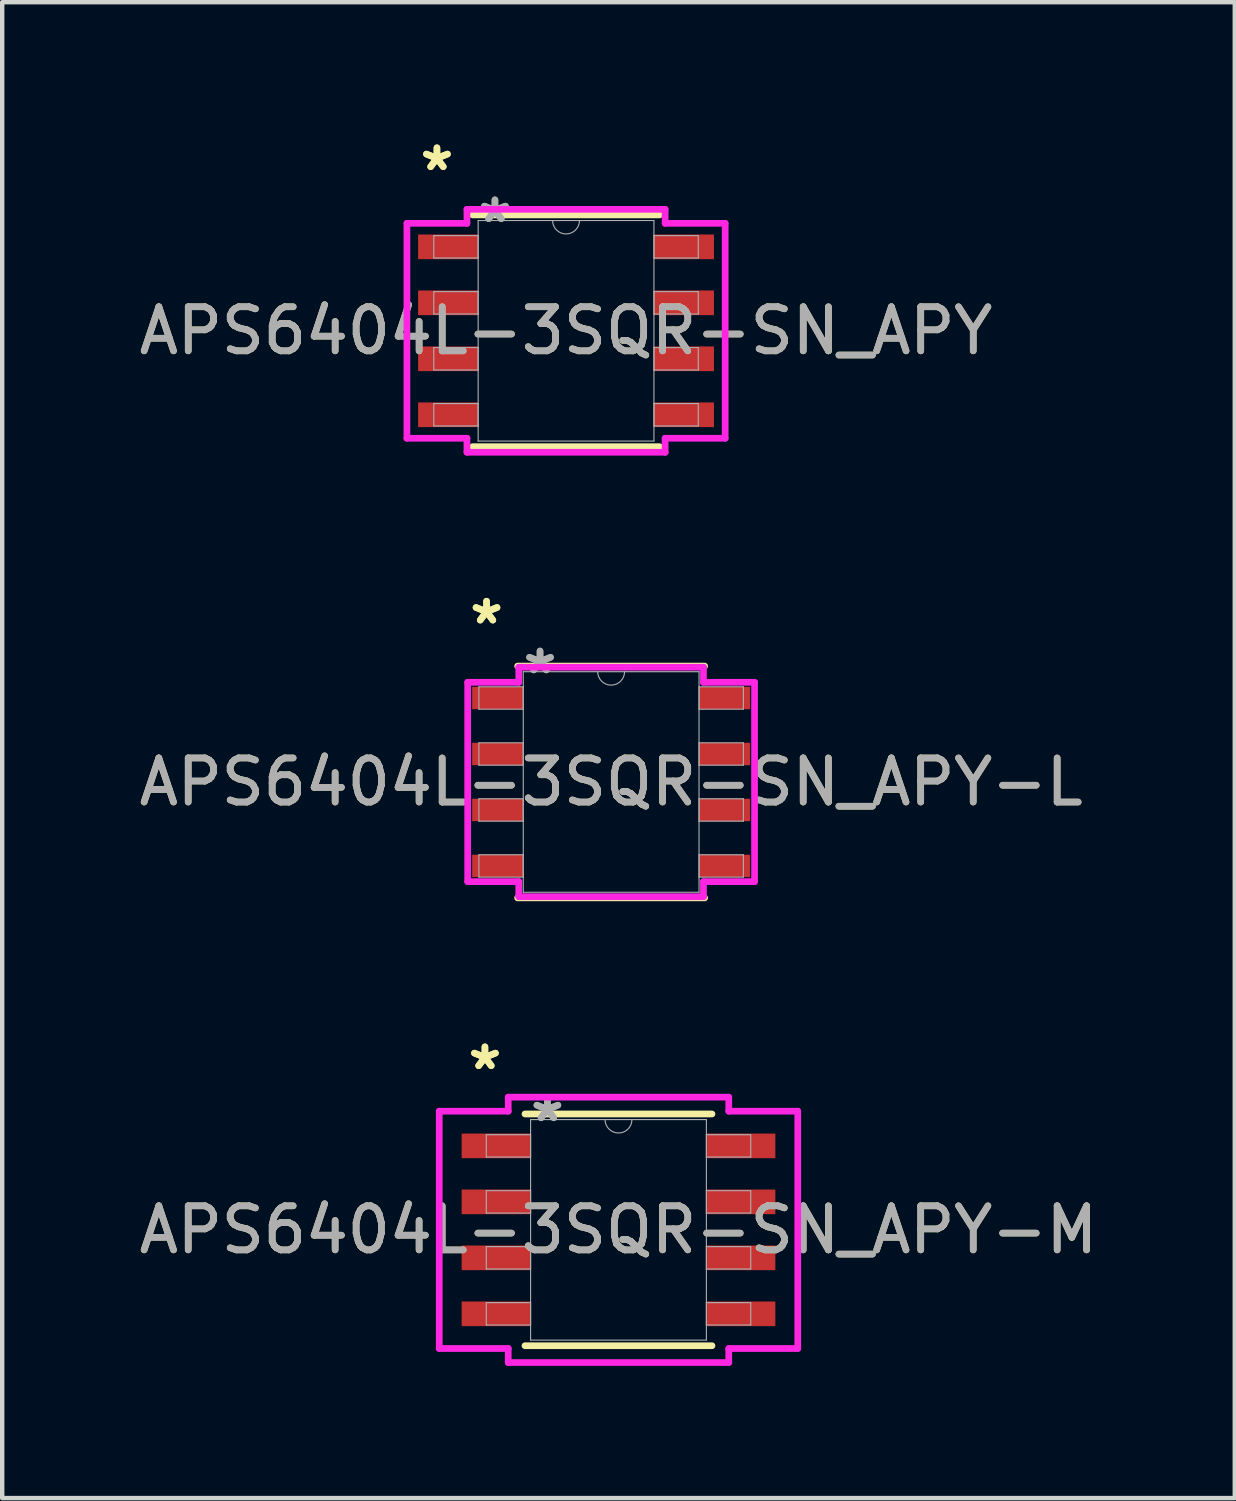
<source format=kicad_pcb>
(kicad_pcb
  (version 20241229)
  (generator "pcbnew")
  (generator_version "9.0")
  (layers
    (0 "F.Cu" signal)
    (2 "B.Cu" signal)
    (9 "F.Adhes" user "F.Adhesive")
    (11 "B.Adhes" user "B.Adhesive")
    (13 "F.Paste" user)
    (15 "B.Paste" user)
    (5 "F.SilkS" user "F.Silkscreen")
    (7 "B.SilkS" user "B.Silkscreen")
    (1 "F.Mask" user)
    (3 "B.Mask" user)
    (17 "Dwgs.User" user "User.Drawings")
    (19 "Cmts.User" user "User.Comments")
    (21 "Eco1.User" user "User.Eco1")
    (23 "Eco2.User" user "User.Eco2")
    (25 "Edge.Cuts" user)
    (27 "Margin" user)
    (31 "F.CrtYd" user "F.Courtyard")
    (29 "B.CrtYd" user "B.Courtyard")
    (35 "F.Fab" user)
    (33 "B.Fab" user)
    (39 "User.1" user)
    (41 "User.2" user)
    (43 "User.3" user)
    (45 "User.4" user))
  (footprint "APS6404L-3SQR-SN_APY-L"
    (layer "F.Cu")
    (at 10.815 14.691)
    (property "Reference" "APS6404L-3SQR-SN_APY-L" (at 0 0 0) (unlocked yes) (layer "F.SilkS") (effects (font (size 1 1) (thickness 0.15))))
    (attr smd)
    (fp_line (start -2.121 2.629) (end 2.121 2.629) (stroke (width 0.152) (type solid)) (layer "F.SilkS"))
    (fp_line (start 2.121 -2.629) (end -2.121 -2.629) (stroke (width 0.152) (type solid)) (layer "F.SilkS"))
    (fp_line (start -3.254 -2.261) (end -2.095 -2.261) (stroke (width 0.152) (type solid)) (layer "F.CrtYd"))
    (fp_line (start -3.254 2.261) (end -3.254 -2.261) (stroke (width 0.152) (type solid)) (layer "F.CrtYd"))
    (fp_line (start -3.254 2.261) (end -2.095 2.261) (stroke (width 0.152) (type solid)) (layer "F.CrtYd"))
    (fp_line (start -2.095 -2.603) (end 2.095 -2.603) (stroke (width 0.152) (type solid)) (layer "F.CrtYd"))
    (fp_line (start -2.095 -2.261) (end -2.095 -2.603) (stroke (width 0.152) (type solid)) (layer "F.CrtYd"))
    (fp_line (start -2.095 2.603) (end -2.095 2.261) (stroke (width 0.152) (type solid)) (layer "F.CrtYd"))
    (fp_line (start 2.095 -2.603) (end 2.095 -2.261) (stroke (width 0.152) (type solid)) (layer "F.CrtYd"))
    (fp_line (start 2.095 2.261) (end 2.095 2.603) (stroke (width 0.152) (type solid)) (layer "F.CrtYd"))
    (fp_line (start 2.095 2.603) (end -2.095 2.603) (stroke (width 0.152) (type solid)) (layer "F.CrtYd"))
    (fp_line (start 3.254 -2.261) (end 2.095 -2.261) (stroke (width 0.152) (type solid)) (layer "F.CrtYd"))
    (fp_line (start 3.254 -2.261) (end 3.254 2.261) (stroke (width 0.152) (type solid)) (layer "F.CrtYd"))
    (fp_line (start 3.254 2.261) (end 2.095 2.261) (stroke (width 0.152) (type solid)) (layer "F.CrtYd"))
    (fp_line (start -3 -2.159) (end -3 -1.651) (stroke (width 0.025) (type solid)) (layer "F.Fab"))
    (fp_line (start -3 -1.651) (end -1.994 -1.651) (stroke (width 0.025) (type solid)) (layer "F.Fab"))
    (fp_line (start -3 -0.889) (end -3 -0.381) (stroke (width 0.025) (type solid)) (layer "F.Fab"))
    (fp_line (start -3 -0.381) (end -1.994 -0.381) (stroke (width 0.025) (type solid)) (layer "F.Fab"))
    (fp_line (start -3 0.381) (end -3 0.889) (stroke (width 0.025) (type solid)) (layer "F.Fab"))
    (fp_line (start -3 0.889) (end -1.994 0.889) (stroke (width 0.025) (type solid)) (layer "F.Fab"))
    (fp_line (start -3 1.651) (end -3 2.159) (stroke (width 0.025) (type solid)) (layer "F.Fab"))
    (fp_line (start -3 2.159) (end -1.994 2.159) (stroke (width 0.025) (type solid)) (layer "F.Fab"))
    (fp_line (start -1.994 -2.502) (end -1.994 2.502) (stroke (width 0.025) (type solid)) (layer "F.Fab"))
    (fp_line (start -1.994 -2.159) (end -3 -2.159) (stroke (width 0.025) (type solid)) (layer "F.Fab"))
    (fp_line (start -1.994 -1.651) (end -1.994 -2.159) (stroke (width 0.025) (type solid)) (layer "F.Fab"))
    (fp_line (start -1.994 -0.889) (end -3 -0.889) (stroke (width 0.025) (type solid)) (layer "F.Fab"))
    (fp_line (start -1.994 -0.381) (end -1.994 -0.889) (stroke (width 0.025) (type solid)) (layer "F.Fab"))
    (fp_line (start -1.994 0.381) (end -3 0.381) (stroke (width 0.025) (type solid)) (layer "F.Fab"))
    (fp_line (start -1.994 0.889) (end -1.994 0.381) (stroke (width 0.025) (type solid)) (layer "F.Fab"))
    (fp_line (start -1.994 1.651) (end -3 1.651) (stroke (width 0.025) (type solid)) (layer "F.Fab"))
    (fp_line (start -1.994 2.159) (end -1.994 1.651) (stroke (width 0.025) (type solid)) (layer "F.Fab"))
    (fp_line (start -1.994 2.502) (end 1.994 2.502) (stroke (width 0.025) (type solid)) (layer "F.Fab"))
    (fp_line (start 1.994 -2.502) (end -1.994 -2.502) (stroke (width 0.025) (type solid)) (layer "F.Fab"))
    (fp_line (start 1.994 -2.159) (end 1.994 -1.651) (stroke (width 0.025) (type solid)) (layer "F.Fab"))
    (fp_line (start 1.994 -1.651) (end 3 -1.651) (stroke (width 0.025) (type solid)) (layer "F.Fab"))
    (fp_line (start 1.994 -0.889) (end 1.994 -0.381) (stroke (width 0.025) (type solid)) (layer "F.Fab"))
    (fp_line (start 1.994 -0.381) (end 3 -0.381) (stroke (width 0.025) (type solid)) (layer "F.Fab"))
    (fp_line (start 1.994 0.381) (end 1.994 0.889) (stroke (width 0.025) (type solid)) (layer "F.Fab"))
    (fp_line (start 1.994 0.889) (end 3 0.889) (stroke (width 0.025) (type solid)) (layer "F.Fab"))
    (fp_line (start 1.994 1.651) (end 1.994 2.159) (stroke (width 0.025) (type solid)) (layer "F.Fab"))
    (fp_line (start 1.994 2.159) (end 3 2.159) (stroke (width 0.025) (type solid)) (layer "F.Fab"))
    (fp_line (start 1.994 2.502) (end 1.994 -2.502) (stroke (width 0.025) (type solid)) (layer "F.Fab"))
    (fp_line (start 3 -2.159) (end 1.994 -2.159) (stroke (width 0.025) (type solid)) (layer "F.Fab"))
    (fp_line (start 3 -1.651) (end 3 -2.159) (stroke (width 0.025) (type solid)) (layer "F.Fab"))
    (fp_line (start 3 -0.889) (end 1.994 -0.889) (stroke (width 0.025) (type solid)) (layer "F.Fab"))
    (fp_line (start 3 -0.381) (end 3 -0.889) (stroke (width 0.025) (type solid)) (layer "F.Fab"))
    (fp_line (start 3 0.381) (end 1.994 0.381) (stroke (width 0.025) (type solid)) (layer "F.Fab"))
    (fp_line (start 3 0.889) (end 3 0.381) (stroke (width 0.025) (type solid)) (layer "F.Fab"))
    (fp_line (start 3 1.651) (end 1.994 1.651) (stroke (width 0.025) (type solid)) (layer "F.Fab"))
    (fp_line (start 3 2.159) (end 3 1.651) (stroke (width 0.025) (type solid)) (layer "F.Fab"))
    (fp_arc (start 0.3048 -2.5019) (mid 0 -2.1971) (end -0.3048 -2.5019) (stroke (width 0.0254) (type solid)) (layer "F.Fab"))
    (fp_text user "*" (at -2.827 -3.556 0) (unlocked yes) (layer "F.SilkS") (effects (font (size 1 1) (thickness 0.15))))
    (fp_text user "*" (at -2.827 -3.556 0) (layer "F.SilkS") (effects (font (size 1 1) (thickness 0.15))))
    (fp_text user "*" (at -1.613 -2.426 0) (unlocked yes) (layer "F.Fab") (effects (font (size 1 1) (thickness 0.15))))
    (fp_text user "${REFERENCE}" (at 0 0 0) (unlocked yes) (layer "F.Fab") (effects (font (size 1 1) (thickness 0.15))))
    (fp_text user "*" (at -1.613 -2.426 0) (layer "F.Fab") (effects (font (size 1 1) (thickness 0.15))))
    (pad "1" smd rect (at -2.573 -1.905) (size 1.159 0.508) (layers "F.Cu" "F.Mask" "F.Paste"))
    (pad "2" smd rect (at -2.573 -0.635) (size 1.159 0.508) (layers "F.Cu" "F.Mask" "F.Paste"))
    (pad "3" smd rect (at -2.573 0.635) (size 1.159 0.508) (layers "F.Cu" "F.Mask" "F.Paste"))
    (pad "4" smd rect (at -2.573 1.905) (size 1.159 0.508) (layers "F.Cu" "F.Mask" "F.Paste"))
    (pad "5" smd rect (at 2.573 1.905) (size 1.159 0.508) (layers "F.Cu" "F.Mask" "F.Paste"))
    (pad "6" smd rect (at 2.573 0.635) (size 1.159 0.508) (layers "F.Cu" "F.Mask" "F.Paste"))
    (pad "7" smd rect (at 2.573 -0.635) (size 1.159 0.508) (layers "F.Cu" "F.Mask" "F.Paste"))
    (pad "8" smd rect (at 2.573 -1.905) (size 1.159 0.508) (layers "F.Cu" "F.Mask" "F.Paste")))
  (footprint "APS6404L-3SQR-SN_APY-M"
    (layer "F.Cu")
    (at 10.982 24.852)
    (property "Reference" "APS6404L-3SQR-SN_APY-M" (at 0 0 0) (unlocked yes) (layer "F.SilkS") (effects (font (size 1 1) (thickness 0.15))))
    (attr smd)
    (fp_line (start -2.121 2.629) (end 2.121 2.629) (stroke (width 0.152) (type solid)) (layer "F.SilkS"))
    (fp_line (start 2.121 -2.629) (end -2.121 -2.629) (stroke (width 0.152) (type solid)) (layer "F.SilkS"))
    (fp_line (start -4.067 -2.692) (end -2.502 -2.692) (stroke (width 0.152) (type solid)) (layer "F.CrtYd"))
    (fp_line (start -4.067 2.692) (end -4.067 -2.692) (stroke (width 0.152) (type solid)) (layer "F.CrtYd"))
    (fp_line (start -4.067 2.692) (end -2.502 2.692) (stroke (width 0.152) (type solid)) (layer "F.CrtYd"))
    (fp_line (start -2.502 -3.01) (end 2.502 -3.01) (stroke (width 0.152) (type solid)) (layer "F.CrtYd"))
    (fp_line (start -2.502 -2.692) (end -2.502 -3.01) (stroke (width 0.152) (type solid)) (layer "F.CrtYd"))
    (fp_line (start -2.502 3.01) (end -2.502 2.692) (stroke (width 0.152) (type solid)) (layer "F.CrtYd"))
    (fp_line (start 2.502 -3.01) (end 2.502 -2.692) (stroke (width 0.152) (type solid)) (layer "F.CrtYd"))
    (fp_line (start 2.502 2.692) (end 2.502 3.01) (stroke (width 0.152) (type solid)) (layer "F.CrtYd"))
    (fp_line (start 2.502 3.01) (end -2.502 3.01) (stroke (width 0.152) (type solid)) (layer "F.CrtYd"))
    (fp_line (start 4.067 -2.692) (end 2.502 -2.692) (stroke (width 0.152) (type solid)) (layer "F.CrtYd"))
    (fp_line (start 4.067 -2.692) (end 4.067 2.692) (stroke (width 0.152) (type solid)) (layer "F.CrtYd"))
    (fp_line (start 4.067 2.692) (end 2.502 2.692) (stroke (width 0.152) (type solid)) (layer "F.CrtYd"))
    (fp_line (start -3 -2.159) (end -3 -1.651) (stroke (width 0.025) (type solid)) (layer "F.Fab"))
    (fp_line (start -3 -1.651) (end -1.994 -1.651) (stroke (width 0.025) (type solid)) (layer "F.Fab"))
    (fp_line (start -3 -0.889) (end -3 -0.381) (stroke (width 0.025) (type solid)) (layer "F.Fab"))
    (fp_line (start -3 -0.381) (end -1.994 -0.381) (stroke (width 0.025) (type solid)) (layer "F.Fab"))
    (fp_line (start -3 0.381) (end -3 0.889) (stroke (width 0.025) (type solid)) (layer "F.Fab"))
    (fp_line (start -3 0.889) (end -1.994 0.889) (stroke (width 0.025) (type solid)) (layer "F.Fab"))
    (fp_line (start -3 1.651) (end -3 2.159) (stroke (width 0.025) (type solid)) (layer "F.Fab"))
    (fp_line (start -3 2.159) (end -1.994 2.159) (stroke (width 0.025) (type solid)) (layer "F.Fab"))
    (fp_line (start -1.994 -2.502) (end -1.994 2.502) (stroke (width 0.025) (type solid)) (layer "F.Fab"))
    (fp_line (start -1.994 -2.159) (end -3 -2.159) (stroke (width 0.025) (type solid)) (layer "F.Fab"))
    (fp_line (start -1.994 -1.651) (end -1.994 -2.159) (stroke (width 0.025) (type solid)) (layer "F.Fab"))
    (fp_line (start -1.994 -0.889) (end -3 -0.889) (stroke (width 0.025) (type solid)) (layer "F.Fab"))
    (fp_line (start -1.994 -0.381) (end -1.994 -0.889) (stroke (width 0.025) (type solid)) (layer "F.Fab"))
    (fp_line (start -1.994 0.381) (end -3 0.381) (stroke (width 0.025) (type solid)) (layer "F.Fab"))
    (fp_line (start -1.994 0.889) (end -1.994 0.381) (stroke (width 0.025) (type solid)) (layer "F.Fab"))
    (fp_line (start -1.994 1.651) (end -3 1.651) (stroke (width 0.025) (type solid)) (layer "F.Fab"))
    (fp_line (start -1.994 2.159) (end -1.994 1.651) (stroke (width 0.025) (type solid)) (layer "F.Fab"))
    (fp_line (start -1.994 2.502) (end 1.994 2.502) (stroke (width 0.025) (type solid)) (layer "F.Fab"))
    (fp_line (start 1.994 -2.502) (end -1.994 -2.502) (stroke (width 0.025) (type solid)) (layer "F.Fab"))
    (fp_line (start 1.994 -2.159) (end 1.994 -1.651) (stroke (width 0.025) (type solid)) (layer "F.Fab"))
    (fp_line (start 1.994 -1.651) (end 3 -1.651) (stroke (width 0.025) (type solid)) (layer "F.Fab"))
    (fp_line (start 1.994 -0.889) (end 1.994 -0.381) (stroke (width 0.025) (type solid)) (layer "F.Fab"))
    (fp_line (start 1.994 -0.381) (end 3 -0.381) (stroke (width 0.025) (type solid)) (layer "F.Fab"))
    (fp_line (start 1.994 0.381) (end 1.994 0.889) (stroke (width 0.025) (type solid)) (layer "F.Fab"))
    (fp_line (start 1.994 0.889) (end 3 0.889) (stroke (width 0.025) (type solid)) (layer "F.Fab"))
    (fp_line (start 1.994 1.651) (end 1.994 2.159) (stroke (width 0.025) (type solid)) (layer "F.Fab"))
    (fp_line (start 1.994 2.159) (end 3 2.159) (stroke (width 0.025) (type solid)) (layer "F.Fab"))
    (fp_line (start 1.994 2.502) (end 1.994 -2.502) (stroke (width 0.025) (type solid)) (layer "F.Fab"))
    (fp_line (start 3 -2.159) (end 1.994 -2.159) (stroke (width 0.025) (type solid)) (layer "F.Fab"))
    (fp_line (start 3 -1.651) (end 3 -2.159) (stroke (width 0.025) (type solid)) (layer "F.Fab"))
    (fp_line (start 3 -0.889) (end 1.994 -0.889) (stroke (width 0.025) (type solid)) (layer "F.Fab"))
    (fp_line (start 3 -0.381) (end 3 -0.889) (stroke (width 0.025) (type solid)) (layer "F.Fab"))
    (fp_line (start 3 0.381) (end 1.994 0.381) (stroke (width 0.025) (type solid)) (layer "F.Fab"))
    (fp_line (start 3 0.889) (end 3 0.381) (stroke (width 0.025) (type solid)) (layer "F.Fab"))
    (fp_line (start 3 1.651) (end 1.994 1.651) (stroke (width 0.025) (type solid)) (layer "F.Fab"))
    (fp_line (start 3 2.159) (end 3 1.651) (stroke (width 0.025) (type solid)) (layer "F.Fab"))
    (fp_arc (start 0.3048 -2.5019) (mid 0 -2.1971) (end -0.3048 -2.5019) (stroke (width 0.0254) (type solid)) (layer "F.Fab"))
    (fp_text user "*" (at -3.03 -3.607 0) (layer "F.SilkS") (effects (font (size 1 1) (thickness 0.15))))
    (fp_text user "*" (at -3.03 -3.607 0) (unlocked yes) (layer "F.SilkS") (effects (font (size 1 1) (thickness 0.15))))
    (fp_text user "*" (at -1.613 -2.426 0) (layer "F.Fab") (effects (font (size 1 1) (thickness 0.15))))
    (fp_text user "*" (at -1.613 -2.426 0) (unlocked yes) (layer "F.Fab") (effects (font (size 1 1) (thickness 0.15))))
    (fp_text user "${REFERENCE}" (at 0 0 0) (unlocked yes) (layer "F.Fab") (effects (font (size 1 1) (thickness 0.15))))
    (pad "1" smd rect (at -2.776 -1.905) (size 1.565 0.559) (layers "F.Cu" "F.Mask" "F.Paste"))
    (pad "2" smd rect (at -2.776 -0.635) (size 1.565 0.559) (layers "F.Cu" "F.Mask" "F.Paste"))
    (pad "3" smd rect (at -2.776 0.635) (size 1.565 0.559) (layers "F.Cu" "F.Mask" "F.Paste"))
    (pad "4" smd rect (at -2.776 1.905) (size 1.565 0.559) (layers "F.Cu" "F.Mask" "F.Paste"))
    (pad "5" smd rect (at 2.776 1.905) (size 1.565 0.559) (layers "F.Cu" "F.Mask" "F.Paste"))
    (pad "6" smd rect (at 2.776 0.635) (size 1.565 0.559) (layers "F.Cu" "F.Mask" "F.Paste"))
    (pad "7" smd rect (at 2.776 -0.635) (size 1.565 0.559) (layers "F.Cu" "F.Mask" "F.Paste"))
    (pad "8" smd rect (at 2.776 -1.905) (size 1.565 0.559) (layers "F.Cu" "F.Mask" "F.Paste")))
  (footprint "APS6404L-3SQR-SN_APY"
    (layer "F.Cu")
    (at 9.792 4.455)
    (property "Reference" "APS6404L-3SQR-SN_APY" (at 0 0 0) (unlocked yes) (layer "F.SilkS") (effects (font (size 1 1) (thickness 0.15))))
    (attr smd)
    (fp_line (start -2.121 2.629) (end 2.121 2.629) (stroke (width 0.152) (type solid)) (layer "F.SilkS"))
    (fp_line (start 2.121 -2.629) (end -2.121 -2.629) (stroke (width 0.152) (type solid)) (layer "F.SilkS"))
    (fp_line (start -3.61 -2.438) (end -2.248 -2.438) (stroke (width 0.152) (type solid)) (layer "F.CrtYd"))
    (fp_line (start -3.61 2.438) (end -3.61 -2.438) (stroke (width 0.152) (type solid)) (layer "F.CrtYd"))
    (fp_line (start -3.61 2.438) (end -2.248 2.438) (stroke (width 0.152) (type solid)) (layer "F.CrtYd"))
    (fp_line (start -2.248 -2.756) (end 2.248 -2.756) (stroke (width 0.152) (type solid)) (layer "F.CrtYd"))
    (fp_line (start -2.248 -2.438) (end -2.248 -2.756) (stroke (width 0.152) (type solid)) (layer "F.CrtYd"))
    (fp_line (start -2.248 2.756) (end -2.248 2.438) (stroke (width 0.152) (type solid)) (layer "F.CrtYd"))
    (fp_line (start 2.248 -2.756) (end 2.248 -2.438) (stroke (width 0.152) (type solid)) (layer "F.CrtYd"))
    (fp_line (start 2.248 2.438) (end 2.248 2.756) (stroke (width 0.152) (type solid)) (layer "F.CrtYd"))
    (fp_line (start 2.248 2.756) (end -2.248 2.756) (stroke (width 0.152) (type solid)) (layer "F.CrtYd"))
    (fp_line (start 3.61 -2.438) (end 2.248 -2.438) (stroke (width 0.152) (type solid)) (layer "F.CrtYd"))
    (fp_line (start 3.61 -2.438) (end 3.61 2.438) (stroke (width 0.152) (type solid)) (layer "F.CrtYd"))
    (fp_line (start 3.61 2.438) (end 2.248 2.438) (stroke (width 0.152) (type solid)) (layer "F.CrtYd"))
    (fp_line (start -3 -2.159) (end -3 -1.651) (stroke (width 0.025) (type solid)) (layer "F.Fab"))
    (fp_line (start -3 -1.651) (end -1.994 -1.651) (stroke (width 0.025) (type solid)) (layer "F.Fab"))
    (fp_line (start -3 -0.889) (end -3 -0.381) (stroke (width 0.025) (type solid)) (layer "F.Fab"))
    (fp_line (start -3 -0.381) (end -1.994 -0.381) (stroke (width 0.025) (type solid)) (layer "F.Fab"))
    (fp_line (start -3 0.381) (end -3 0.889) (stroke (width 0.025) (type solid)) (layer "F.Fab"))
    (fp_line (start -3 0.889) (end -1.994 0.889) (stroke (width 0.025) (type solid)) (layer "F.Fab"))
    (fp_line (start -3 1.651) (end -3 2.159) (stroke (width 0.025) (type solid)) (layer "F.Fab"))
    (fp_line (start -3 2.159) (end -1.994 2.159) (stroke (width 0.025) (type solid)) (layer "F.Fab"))
    (fp_line (start -1.994 -2.502) (end -1.994 2.502) (stroke (width 0.025) (type solid)) (layer "F.Fab"))
    (fp_line (start -1.994 -2.159) (end -3 -2.159) (stroke (width 0.025) (type solid)) (layer "F.Fab"))
    (fp_line (start -1.994 -1.651) (end -1.994 -2.159) (stroke (width 0.025) (type solid)) (layer "F.Fab"))
    (fp_line (start -1.994 -0.889) (end -3 -0.889) (stroke (width 0.025) (type solid)) (layer "F.Fab"))
    (fp_line (start -1.994 -0.381) (end -1.994 -0.889) (stroke (width 0.025) (type solid)) (layer "F.Fab"))
    (fp_line (start -1.994 0.381) (end -3 0.381) (stroke (width 0.025) (type solid)) (layer "F.Fab"))
    (fp_line (start -1.994 0.889) (end -1.994 0.381) (stroke (width 0.025) (type solid)) (layer "F.Fab"))
    (fp_line (start -1.994 1.651) (end -3 1.651) (stroke (width 0.025) (type solid)) (layer "F.Fab"))
    (fp_line (start -1.994 2.159) (end -1.994 1.651) (stroke (width 0.025) (type solid)) (layer "F.Fab"))
    (fp_line (start -1.994 2.502) (end 1.994 2.502) (stroke (width 0.025) (type solid)) (layer "F.Fab"))
    (fp_line (start 1.994 -2.502) (end -1.994 -2.502) (stroke (width 0.025) (type solid)) (layer "F.Fab"))
    (fp_line (start 1.994 -2.159) (end 1.994 -1.651) (stroke (width 0.025) (type solid)) (layer "F.Fab"))
    (fp_line (start 1.994 -1.651) (end 3 -1.651) (stroke (width 0.025) (type solid)) (layer "F.Fab"))
    (fp_line (start 1.994 -0.889) (end 1.994 -0.381) (stroke (width 0.025) (type solid)) (layer "F.Fab"))
    (fp_line (start 1.994 -0.381) (end 3 -0.381) (stroke (width 0.025) (type solid)) (layer "F.Fab"))
    (fp_line (start 1.994 0.381) (end 1.994 0.889) (stroke (width 0.025) (type solid)) (layer "F.Fab"))
    (fp_line (start 1.994 0.889) (end 3 0.889) (stroke (width 0.025) (type solid)) (layer "F.Fab"))
    (fp_line (start 1.994 1.651) (end 1.994 2.159) (stroke (width 0.025) (type solid)) (layer "F.Fab"))
    (fp_line (start 1.994 2.159) (end 3 2.159) (stroke (width 0.025) (type solid)) (layer "F.Fab"))
    (fp_line (start 1.994 2.502) (end 1.994 -2.502) (stroke (width 0.025) (type solid)) (layer "F.Fab"))
    (fp_line (start 3 -2.159) (end 1.994 -2.159) (stroke (width 0.025) (type solid)) (layer "F.Fab"))
    (fp_line (start 3 -1.651) (end 3 -2.159) (stroke (width 0.025) (type solid)) (layer "F.Fab"))
    (fp_line (start 3 -0.889) (end 1.994 -0.889) (stroke (width 0.025) (type solid)) (layer "F.Fab"))
    (fp_line (start 3 -0.381) (end 3 -0.889) (stroke (width 0.025) (type solid)) (layer "F.Fab"))
    (fp_line (start 3 0.381) (end 1.994 0.381) (stroke (width 0.025) (type solid)) (layer "F.Fab"))
    (fp_line (start 3 0.889) (end 3 0.381) (stroke (width 0.025) (type solid)) (layer "F.Fab"))
    (fp_line (start 3 1.651) (end 1.994 1.651) (stroke (width 0.025) (type solid)) (layer "F.Fab"))
    (fp_line (start 3 2.159) (end 3 1.651) (stroke (width 0.025) (type solid)) (layer "F.Fab"))
    (fp_arc (start 0.3048 -2.5019) (mid 0 -2.1971) (end -0.3048 -2.5019) (stroke (width 0.0254) (type solid)) (layer "F.Fab"))
    (fp_text user "*" (at -2.929 -3.607 0) (unlocked yes) (layer "F.SilkS") (effects (font (size 1 1) (thickness 0.15))))
    (fp_text user "*" (at -2.929 -3.607 0) (layer "F.SilkS") (effects (font (size 1 1) (thickness 0.15))))
    (fp_text user "*" (at -1.613 -2.426 0) (unlocked yes) (layer "F.Fab") (effects (font (size 1 1) (thickness 0.15))))
    (fp_text user "*" (at -1.613 -2.426 0) (layer "F.Fab") (effects (font (size 1 1) (thickness 0.15))))
    (fp_text user "${REFERENCE}" (at 0 0 0) (unlocked yes) (layer "F.Fab") (effects (font (size 1 1) (thickness 0.15))))
    (pad "1" smd rect (at -2.675 -1.905) (size 1.362 0.559) (layers "F.Cu" "F.Mask" "F.Paste"))
    (pad "2" smd rect (at -2.675 -0.635) (size 1.362 0.559) (layers "F.Cu" "F.Mask" "F.Paste"))
    (pad "3" smd rect (at -2.675 0.635) (size 1.362 0.559) (layers "F.Cu" "F.Mask" "F.Paste"))
    (pad "4" smd rect (at -2.675 1.905) (size 1.362 0.559) (layers "F.Cu" "F.Mask" "F.Paste"))
    (pad "5" smd rect (at 2.675 1.905) (size 1.362 0.559) (layers "F.Cu" "F.Mask" "F.Paste"))
    (pad "6" smd rect (at 2.675 0.635) (size 1.362 0.559) (layers "F.Cu" "F.Mask" "F.Paste"))
    (pad "7" smd rect (at 2.675 -0.635) (size 1.362 0.559) (layers "F.Cu" "F.Mask" "F.Paste"))
    (pad "8" smd rect (at 2.675 -1.905) (size 1.362 0.559) (layers "F.Cu" "F.Mask" "F.Paste")))
  (gr_rect
    (start -3 -3)
    (end 24.964 30.938)
    (stroke (width 0.1) (type default))
    (fill no)
    (layer "Edge.Cuts")))
</source>
